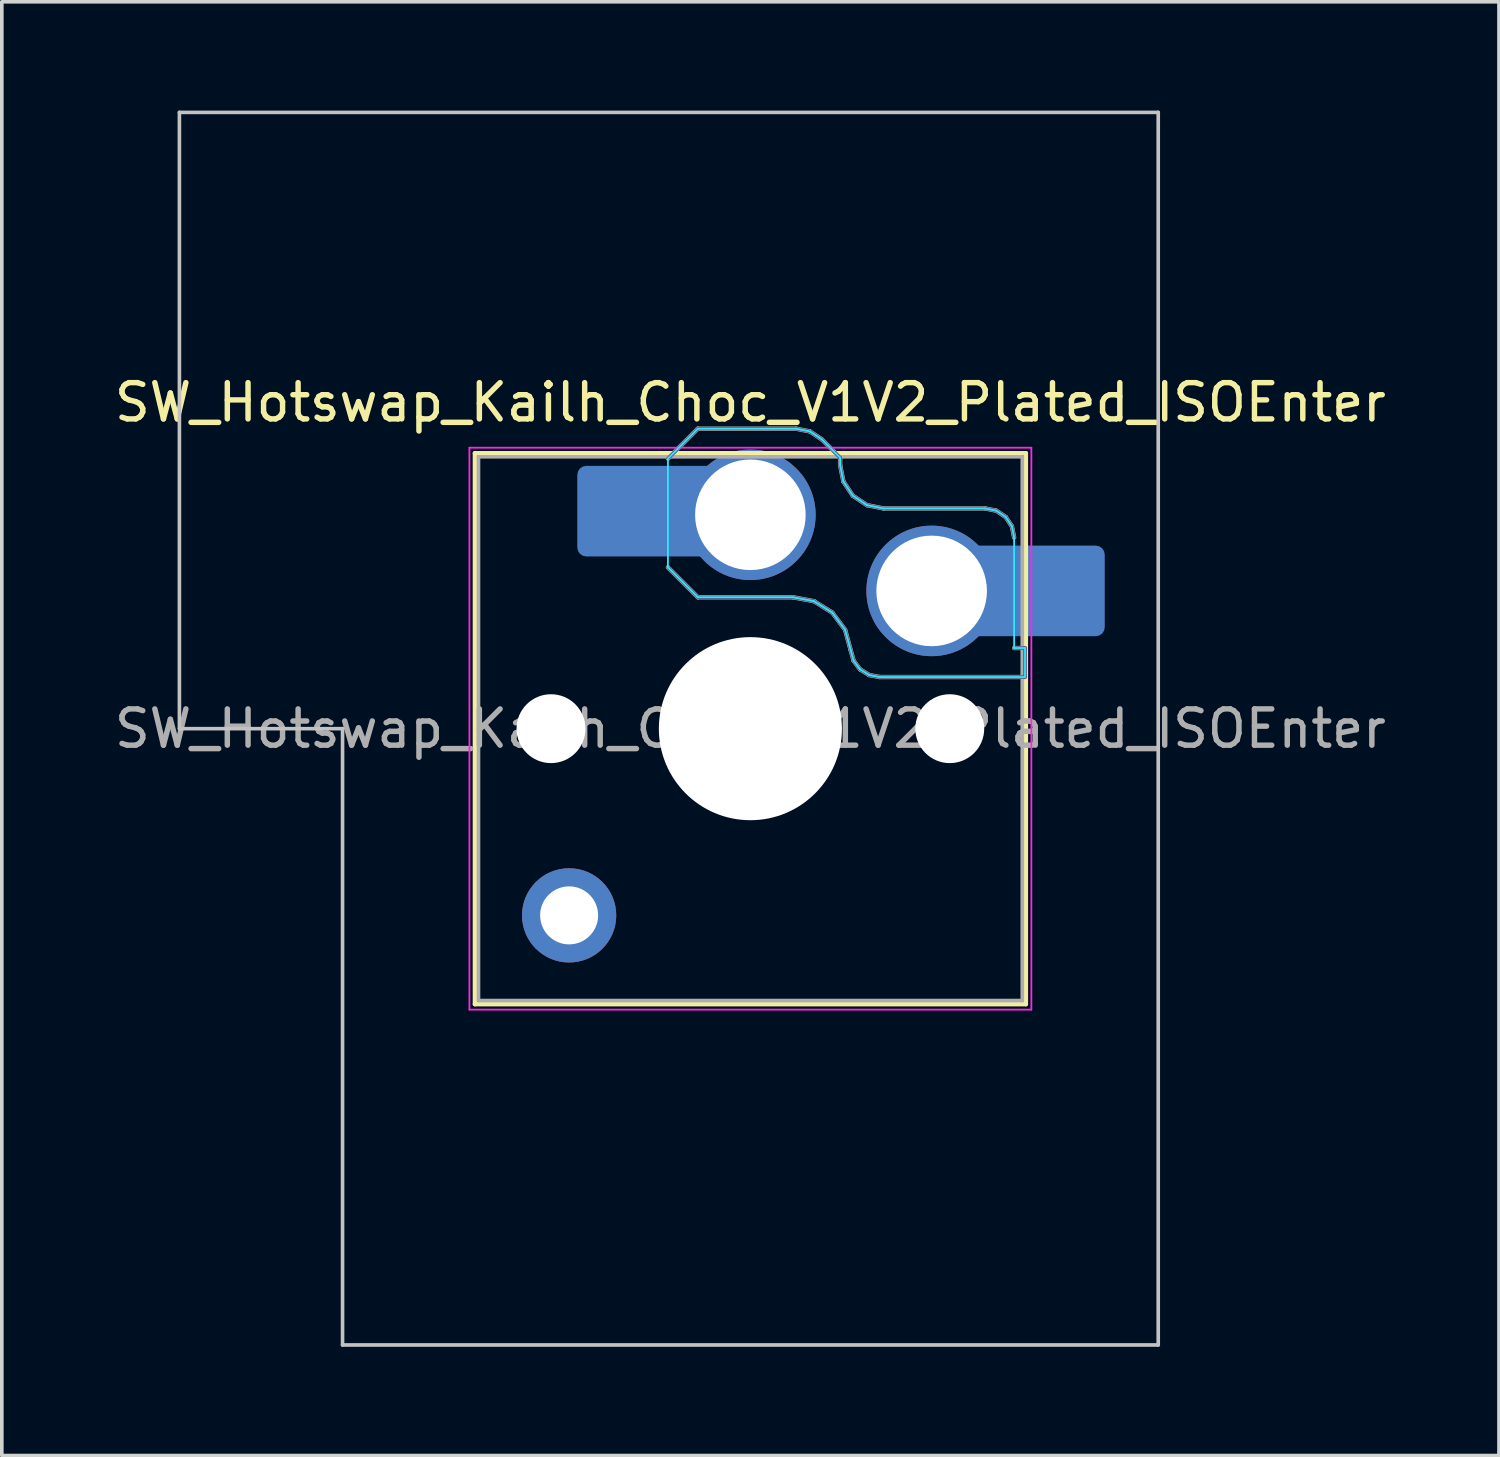
<source format=kicad_pcb>
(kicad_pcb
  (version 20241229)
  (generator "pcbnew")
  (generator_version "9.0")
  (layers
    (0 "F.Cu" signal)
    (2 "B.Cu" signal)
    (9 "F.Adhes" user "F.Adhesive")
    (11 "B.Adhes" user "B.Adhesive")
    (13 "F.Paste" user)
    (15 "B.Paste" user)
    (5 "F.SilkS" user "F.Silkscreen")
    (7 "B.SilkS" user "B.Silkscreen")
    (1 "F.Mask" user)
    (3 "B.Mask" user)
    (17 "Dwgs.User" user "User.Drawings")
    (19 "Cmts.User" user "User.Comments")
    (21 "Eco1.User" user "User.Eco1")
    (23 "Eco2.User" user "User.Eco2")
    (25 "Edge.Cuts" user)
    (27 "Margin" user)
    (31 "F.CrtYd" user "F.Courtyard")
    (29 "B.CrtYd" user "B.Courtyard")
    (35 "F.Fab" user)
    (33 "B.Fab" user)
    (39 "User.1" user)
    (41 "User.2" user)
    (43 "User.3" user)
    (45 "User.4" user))
  (footprint "SW_Hotswap_Kailh_Choc_V1V2_Plated_ISOEnter"
    (layer "F.Cu")
    (at 17.649 17.05)
    (property "Reference" "SW_Hotswap_Kailh_Choc_V1V2_Plated_ISOEnter" (at 0 -9 0) (layer "F.SilkS") (effects (font (size 1 1) (thickness 0.15))))
    (attr smd)
    (fp_line (start -7.6 -7.6) (end -7.6 7.6) (stroke (width 0.12) (type solid)) (layer "F.SilkS"))
    (fp_line (start -7.6 7.6) (end 7.6 7.6) (stroke (width 0.12) (type solid)) (layer "F.SilkS"))
    (fp_line (start 7.6 -7.6) (end -7.6 -7.6) (stroke (width 0.12) (type solid)) (layer "F.SilkS"))
    (fp_line (start 7.6 7.6) (end 7.6 -7.6) (stroke (width 0.12) (type solid)) (layer "F.SilkS"))
    (fp_line (start -2.275 -7.45) (end -1.45 -8.275) (stroke (width 0.12) (type solid)) (layer "B.SilkS"))
    (fp_line (start -1.45 -8.275) (end 1.261 -8.275) (stroke (width 0.12) (type solid)) (layer "B.SilkS"))
    (fp_line (start -1.45 -3.625) (end -2.275 -4.45) (stroke (width 0.12) (type solid)) (layer "B.SilkS"))
    (fp_line (start 1.175 -3.625) (end -1.45 -3.625) (stroke (width 0.12) (type solid)) (layer "B.SilkS"))
    (fp_line (start 1.261 -8.275) (end 1.643 -8.199) (stroke (width 0.12) (type solid)) (layer "B.SilkS"))
    (fp_line (start 1.643 -8.199) (end 1.968 -7.982) (stroke (width 0.12) (type solid)) (layer "B.SilkS"))
    (fp_line (start 1.756 -3.516) (end 1.175 -3.625) (stroke (width 0.12) (type solid)) (layer "B.SilkS"))
    (fp_line (start 1.968 -7.982) (end 2.475 -7.475) (stroke (width 0.12) (type solid)) (layer "B.SilkS"))
    (fp_line (start 2.258 -3.203) (end 1.756 -3.516) (stroke (width 0.12) (type solid)) (layer "B.SilkS"))
    (fp_line (start 2.475 -7.475) (end 2.475 -7.275) (stroke (width 0.12) (type solid)) (layer "B.SilkS"))
    (fp_line (start 2.475 -7.275) (end 2.566 -6.816) (stroke (width 0.12) (type solid)) (layer "B.SilkS"))
    (fp_line (start 2.566 -6.816) (end 2.826 -6.426) (stroke (width 0.12) (type solid)) (layer "B.SilkS"))
    (fp_line (start 2.612 -2.729) (end 2.258 -3.203) (stroke (width 0.12) (type solid)) (layer "B.SilkS"))
    (fp_line (start 2.769 -2.158) (end 2.612 -2.729) (stroke (width 0.12) (type solid)) (layer "B.SilkS"))
    (fp_line (start 2.826 -6.426) (end 3.216 -6.166) (stroke (width 0.12) (type solid)) (layer "B.SilkS"))
    (fp_line (start 2.848 -1.873) (end 2.769 -2.158) (stroke (width 0.12) (type solid)) (layer "B.SilkS"))
    (fp_line (start 3.025 -1.636) (end 2.848 -1.873) (stroke (width 0.12) (type solid)) (layer "B.SilkS"))
    (fp_line (start 3.216 -6.166) (end 3.675 -6.075) (stroke (width 0.12) (type solid)) (layer "B.SilkS"))
    (fp_line (start 3.276 -1.48) (end 3.025 -1.636) (stroke (width 0.12) (type solid)) (layer "B.SilkS"))
    (fp_line (start 3.567 -1.425) (end 3.276 -1.48) (stroke (width 0.12) (type solid)) (layer "B.SilkS"))
    (fp_line (start 3.675 -6.075) (end 6.475 -6.075) (stroke (width 0.12) (type solid)) (layer "B.SilkS"))
    (fp_line (start 6.475 -6.075) (end 6.781 -6.014) (stroke (width 0.12) (type solid)) (layer "B.SilkS"))
    (fp_line (start 6.781 -6.014) (end 7.041 -5.841) (stroke (width 0.12) (type solid)) (layer "B.SilkS"))
    (fp_line (start 7.041 -5.841) (end 7.214 -5.581) (stroke (width 0.12) (type solid)) (layer "B.SilkS"))
    (fp_line (start 7.214 -5.581) (end 7.275 -5.275) (stroke (width 0.12) (type solid)) (layer "B.SilkS"))
    (fp_line (start 7.275 -2.225) (end 7.575 -2.225) (stroke (width 0.12) (type solid)) (layer "B.SilkS"))
    (fp_line (start 7.575 -2.225) (end 7.575 -1.425) (stroke (width 0.12) (type solid)) (layer "B.SilkS"))
    (fp_line (start 7.575 -1.425) (end 3.567 -1.425) (stroke (width 0.12) (type solid)) (layer "B.SilkS"))
    (fp_line (start -15.75 -17) (end -15.75 0) (stroke (width 0.1) (type solid)) (layer "Dwgs.User"))
    (fp_line (start -15.75 0) (end -11.25 0) (stroke (width 0.1) (type solid)) (layer "Dwgs.User"))
    (fp_line (start -11.25 0) (end -11.25 17) (stroke (width 0.1) (type solid)) (layer "Dwgs.User"))
    (fp_line (start -11.25 17) (end 11.25 17) (stroke (width 0.1) (type solid)) (layer "Dwgs.User"))
    (fp_line (start 11.25 -17) (end -15.75 -17) (stroke (width 0.1) (type solid)) (layer "Dwgs.User"))
    (fp_line (start 11.25 17) (end 11.25 -17) (stroke (width 0.1) (type solid)) (layer "Dwgs.User"))
    (fp_line (start -7.25 -7.25) (end -7.25 7.25) (stroke (width 0.1) (type solid)) (layer "Eco1.User"))
    (fp_line (start -7.25 7.25) (end 7.25 7.25) (stroke (width 0.1) (type solid)) (layer "Eco1.User"))
    (fp_line (start 7.25 -7.25) (end -7.25 -7.25) (stroke (width 0.1) (type solid)) (layer "Eco1.User"))
    (fp_line (start 7.25 7.25) (end 7.25 -7.25) (stroke (width 0.1) (type solid)) (layer "Eco1.User"))
    (fp_line (start -2.275 -7.45) (end -1.45 -8.275) (stroke (width 0.05) (type solid)) (layer "B.CrtYd"))
    (fp_line (start -2.275 -4.45) (end -2.275 -7.45) (stroke (width 0.05) (type solid)) (layer "B.CrtYd"))
    (fp_line (start -1.45 -8.275) (end 1.261 -8.275) (stroke (width 0.05) (type solid)) (layer "B.CrtYd"))
    (fp_line (start -1.45 -3.625) (end -2.275 -4.45) (stroke (width 0.05) (type solid)) (layer "B.CrtYd"))
    (fp_line (start 1.175 -3.625) (end -1.45 -3.625) (stroke (width 0.05) (type solid)) (layer "B.CrtYd"))
    (fp_line (start 1.261 -8.275) (end 1.643 -8.199) (stroke (width 0.05) (type solid)) (layer "B.CrtYd"))
    (fp_line (start 1.643 -8.199) (end 1.968 -7.982) (stroke (width 0.05) (type solid)) (layer "B.CrtYd"))
    (fp_line (start 1.756 -3.516) (end 1.175 -3.625) (stroke (width 0.05) (type solid)) (layer "B.CrtYd"))
    (fp_line (start 1.968 -7.982) (end 2.475 -7.475) (stroke (width 0.05) (type solid)) (layer "B.CrtYd"))
    (fp_line (start 2.258 -3.203) (end 1.756 -3.516) (stroke (width 0.05) (type solid)) (layer "B.CrtYd"))
    (fp_line (start 2.475 -7.475) (end 2.475 -7.275) (stroke (width 0.05) (type solid)) (layer "B.CrtYd"))
    (fp_line (start 2.475 -7.275) (end 2.566 -6.816) (stroke (width 0.05) (type solid)) (layer "B.CrtYd"))
    (fp_line (start 2.566 -6.816) (end 2.826 -6.426) (stroke (width 0.05) (type solid)) (layer "B.CrtYd"))
    (fp_line (start 2.612 -2.729) (end 2.258 -3.203) (stroke (width 0.05) (type solid)) (layer "B.CrtYd"))
    (fp_line (start 2.769 -2.158) (end 2.612 -2.729) (stroke (width 0.05) (type solid)) (layer "B.CrtYd"))
    (fp_line (start 2.826 -6.426) (end 3.216 -6.166) (stroke (width 0.05) (type solid)) (layer "B.CrtYd"))
    (fp_line (start 2.848 -1.873) (end 2.769 -2.158) (stroke (width 0.05) (type solid)) (layer "B.CrtYd"))
    (fp_line (start 3.025 -1.636) (end 2.848 -1.873) (stroke (width 0.05) (type solid)) (layer "B.CrtYd"))
    (fp_line (start 3.216 -6.166) (end 3.675 -6.075) (stroke (width 0.05) (type solid)) (layer "B.CrtYd"))
    (fp_line (start 3.276 -1.48) (end 3.025 -1.636) (stroke (width 0.05) (type solid)) (layer "B.CrtYd"))
    (fp_line (start 3.567 -1.425) (end 3.276 -1.48) (stroke (width 0.05) (type solid)) (layer "B.CrtYd"))
    (fp_line (start 3.675 -6.075) (end 6.475 -6.075) (stroke (width 0.05) (type solid)) (layer "B.CrtYd"))
    (fp_line (start 6.475 -6.075) (end 6.781 -6.014) (stroke (width 0.05) (type solid)) (layer "B.CrtYd"))
    (fp_line (start 6.781 -6.014) (end 7.041 -5.841) (stroke (width 0.05) (type solid)) (layer "B.CrtYd"))
    (fp_line (start 7.041 -5.841) (end 7.214 -5.581) (stroke (width 0.05) (type solid)) (layer "B.CrtYd"))
    (fp_line (start 7.214 -5.581) (end 7.275 -5.275) (stroke (width 0.05) (type solid)) (layer "B.CrtYd"))
    (fp_line (start 7.275 -5.275) (end 7.275 -2.225) (stroke (width 0.05) (type solid)) (layer "B.CrtYd"))
    (fp_line (start 7.275 -2.225) (end 7.575 -2.225) (stroke (width 0.05) (type solid)) (layer "B.CrtYd"))
    (fp_line (start 7.575 -2.225) (end 7.575 -1.425) (stroke (width 0.05) (type solid)) (layer "B.CrtYd"))
    (fp_line (start 7.575 -1.425) (end 3.567 -1.425) (stroke (width 0.05) (type solid)) (layer "B.CrtYd"))
    (fp_line (start -7.75 -7.75) (end -7.75 7.75) (stroke (width 0.05) (type solid)) (layer "F.CrtYd"))
    (fp_line (start -7.75 7.75) (end 7.75 7.75) (stroke (width 0.05) (type solid)) (layer "F.CrtYd"))
    (fp_line (start 7.75 -7.75) (end -7.75 -7.75) (stroke (width 0.05) (type solid)) (layer "F.CrtYd"))
    (fp_line (start 7.75 7.75) (end 7.75 -7.75) (stroke (width 0.05) (type solid)) (layer "F.CrtYd"))
    (fp_line (start -2.275 -7.45) (end -1.45 -8.275) (stroke (width 0.1) (type solid)) (layer "B.Fab"))
    (fp_line (start -1.45 -8.275) (end 1.261 -8.275) (stroke (width 0.1) (type solid)) (layer "B.Fab"))
    (fp_line (start -1.45 -3.625) (end -2.275 -4.45) (stroke (width 0.1) (type solid)) (layer "B.Fab"))
    (fp_line (start 1.175 -3.625) (end -1.45 -3.625) (stroke (width 0.1) (type solid)) (layer "B.Fab"))
    (fp_line (start 1.261 -8.275) (end 1.643 -8.199) (stroke (width 0.1) (type solid)) (layer "B.Fab"))
    (fp_line (start 1.643 -8.199) (end 1.968 -7.982) (stroke (width 0.1) (type solid)) (layer "B.Fab"))
    (fp_line (start 1.756 -3.516) (end 1.175 -3.625) (stroke (width 0.1) (type solid)) (layer "B.Fab"))
    (fp_line (start 1.968 -7.982) (end 2.475 -7.475) (stroke (width 0.1) (type solid)) (layer "B.Fab"))
    (fp_line (start 2.258 -3.203) (end 1.756 -3.516) (stroke (width 0.1) (type solid)) (layer "B.Fab"))
    (fp_line (start 2.475 -7.475) (end 2.475 -7.275) (stroke (width 0.1) (type solid)) (layer "B.Fab"))
    (fp_line (start 2.475 -7.275) (end 2.566 -6.816) (stroke (width 0.1) (type solid)) (layer "B.Fab"))
    (fp_line (start 2.566 -6.816) (end 2.826 -6.426) (stroke (width 0.1) (type solid)) (layer "B.Fab"))
    (fp_line (start 2.612 -2.729) (end 2.258 -3.203) (stroke (width 0.1) (type solid)) (layer "B.Fab"))
    (fp_line (start 2.769 -2.158) (end 2.612 -2.729) (stroke (width 0.1) (type solid)) (layer "B.Fab"))
    (fp_line (start 2.826 -6.426) (end 3.216 -6.166) (stroke (width 0.1) (type solid)) (layer "B.Fab"))
    (fp_line (start 2.848 -1.873) (end 2.769 -2.158) (stroke (width 0.1) (type solid)) (layer "B.Fab"))
    (fp_line (start 3.025 -1.636) (end 2.848 -1.873) (stroke (width 0.1) (type solid)) (layer "B.Fab"))
    (fp_line (start 3.216 -6.166) (end 3.675 -6.075) (stroke (width 0.1) (type solid)) (layer "B.Fab"))
    (fp_line (start 3.276 -1.48) (end 3.025 -1.636) (stroke (width 0.1) (type solid)) (layer "B.Fab"))
    (fp_line (start 3.567 -1.425) (end 3.276 -1.48) (stroke (width 0.1) (type solid)) (layer "B.Fab"))
    (fp_line (start 3.675 -6.075) (end 6.475 -6.075) (stroke (width 0.1) (type solid)) (layer "B.Fab"))
    (fp_line (start 6.475 -6.075) (end 6.781 -6.014) (stroke (width 0.1) (type solid)) (layer "B.Fab"))
    (fp_line (start 6.781 -6.014) (end 7.041 -5.841) (stroke (width 0.1) (type solid)) (layer "B.Fab"))
    (fp_line (start 7.041 -5.841) (end 7.214 -5.581) (stroke (width 0.1) (type solid)) (layer "B.Fab"))
    (fp_line (start 7.214 -5.581) (end 7.275 -5.275) (stroke (width 0.1) (type solid)) (layer "B.Fab"))
    (fp_line (start 7.275 -2.225) (end 7.575 -2.225) (stroke (width 0.1) (type solid)) (layer "B.Fab"))
    (fp_line (start 7.575 -2.225) (end 7.575 -1.425) (stroke (width 0.1) (type solid)) (layer "B.Fab"))
    (fp_line (start 7.575 -1.425) (end 3.567 -1.425) (stroke (width 0.1) (type solid)) (layer "B.Fab"))
    (fp_line (start -7.5 -7.5) (end -7.5 7.5) (stroke (width 0.1) (type solid)) (layer "F.Fab"))
    (fp_line (start -7.5 7.5) (end 7.5 7.5) (stroke (width 0.1) (type solid)) (layer "F.Fab"))
    (fp_line (start 7.5 -7.5) (end -7.5 -7.5) (stroke (width 0.1) (type solid)) (layer "F.Fab"))
    (fp_line (start 7.5 7.5) (end 7.5 -7.5) (stroke (width 0.1) (type solid)) (layer "F.Fab"))
    (fp_text user "${REFERENCE}" (at 0 0 0) (layer "F.Fab") (effects (font (size 1 1) (thickness 0.15))))
    (pad "" np_thru_hole circle (at -5.5 0) (size 1.9 1.9) (drill 1.9) (layers "*.Cu" "*.Mask"))
    (pad "" smd circle (at -5 5.15) (size 1.65 1.65) (layers "F.Mask"))
    (pad "" thru_hole circle (at -5 5.15) (size 2.6 2.6) (drill 1.6) (layers "*.Cu" "B.Mask"))
    (pad "" smd roundrect (at -3.5 -6) (size 2.55 2.5) (layers "B.Mask" "B.Paste") (roundrect_rratio 0.1))
    (pad "" smd circle (at 0 -5.9) (size 3.1 3.1) (layers "F.Mask"))
    (pad "" np_thru_hole circle (at 0 0) (size 5.05 5.05) (drill 5.05) (layers "*.Cu" "*.Mask"))
    (pad "" smd circle (at 5 -3.8) (size 3.1 3.1) (layers "F.Mask"))
    (pad "" np_thru_hole circle (at 5.5 0) (size 1.9 1.9) (drill 1.9) (layers "*.Cu" "*.Mask"))
    (pad "" smd roundrect (at 8.5 -3.8) (size 2.55 2.5) (layers "B.Mask" "B.Paste") (roundrect_rratio 0.1))
    (pad "1" smd roundrect (at -2.85 -6) (size 3.85 2.5) (layers "B.Cu") (roundrect_rratio 0.1))
    (pad "1" thru_hole circle (at 0 -5.9) (size 3.6 3.6) (drill 3.05) (layers "*.Cu" "B.Mask"))
    (pad "2" thru_hole circle (at 5 -3.8) (size 3.6 3.6) (drill 3.05) (layers "*.Cu" "B.Mask"))
    (pad "2" smd roundrect (at 7.85 -3.8) (size 3.85 2.5) (layers "B.Cu") (roundrect_rratio 0.1)))
  (gr_rect
    (start -3 -3)
    (end 38.298 37.1)
    (stroke (width 0.1) (type default))
    (fill no)
    (layer "Edge.Cuts")))
</source>
